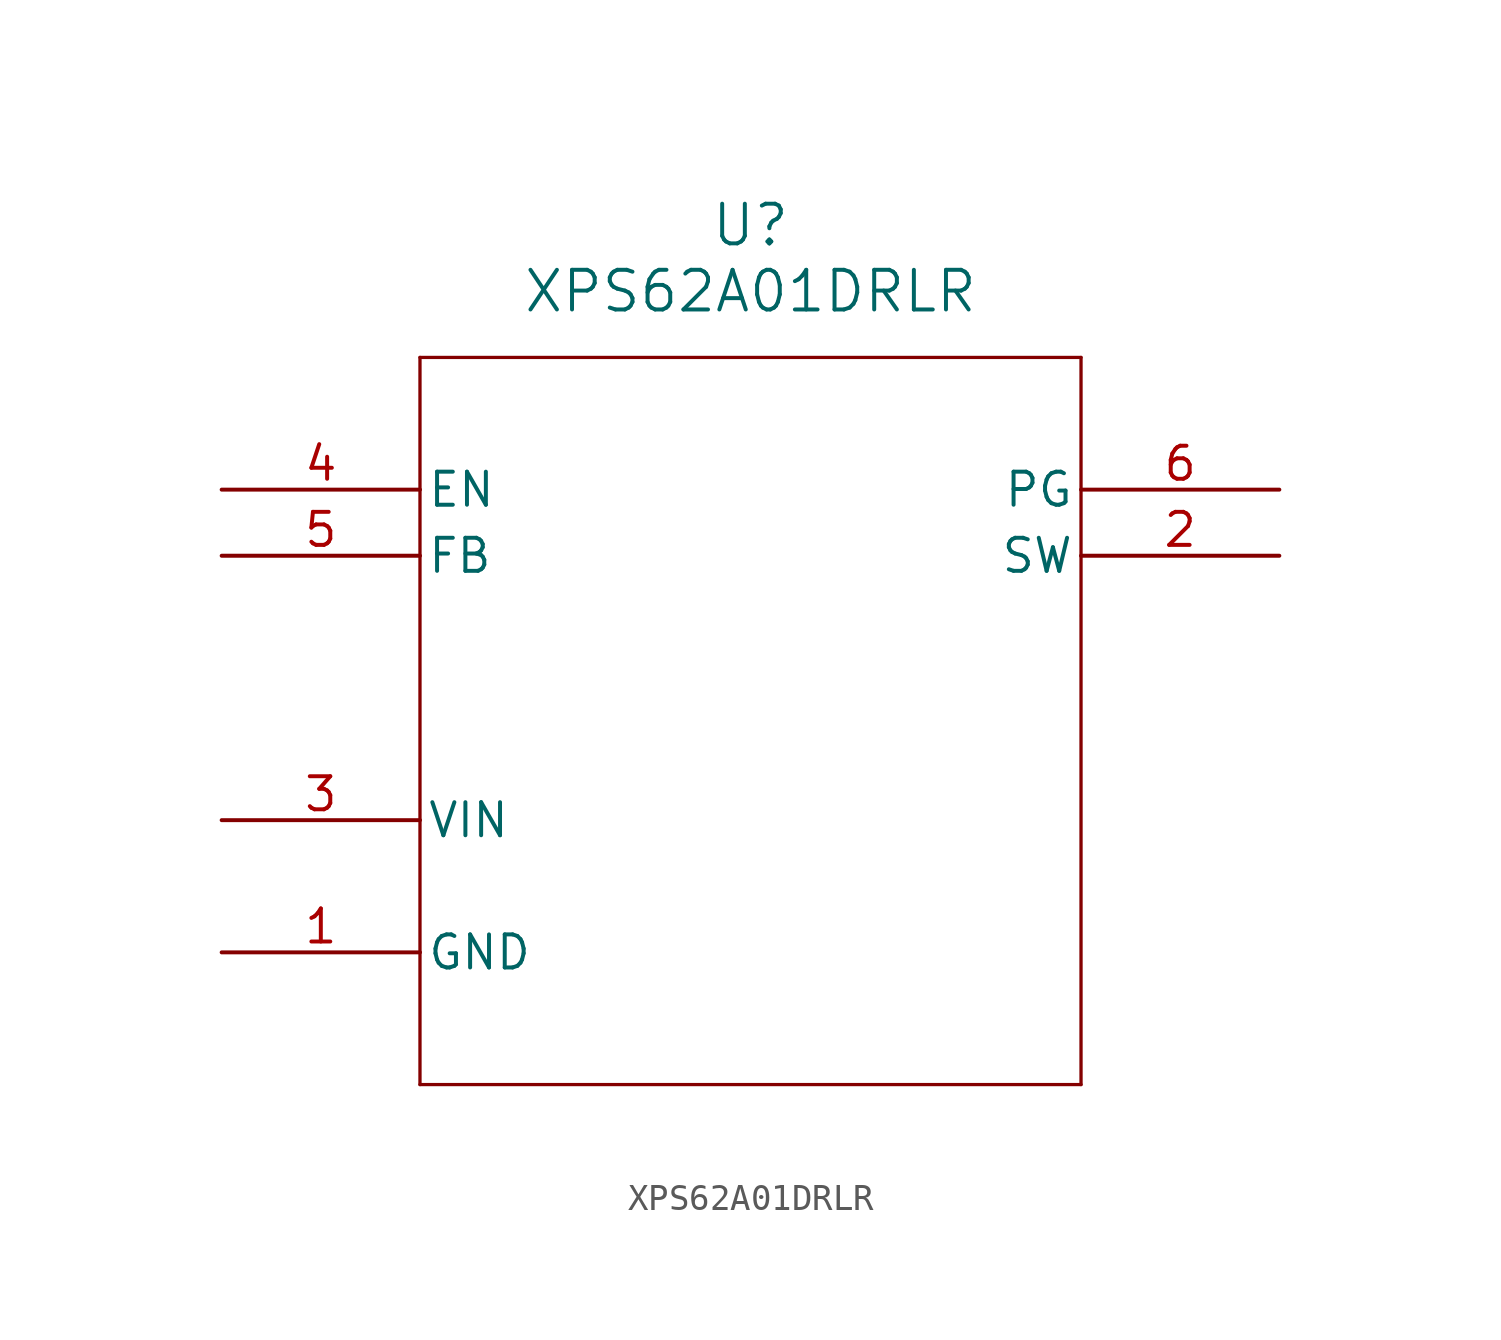
<source format=kicad_sym>
(kicad_symbol_lib
  (version 20211014)
  (generator kicad_symbol_editor)
  (symbol "XPS62A01DRLR"
    (pin_names
      (offset 0.254))
    (property "Reference" "U"
      (at 20.32 10.16 0)
      (effects (font (size 1.524 1.524))))
    (property "Value" "XPS62A01DRLR"
      (at 20.32 7.62 0)
      (effects (font (size 1.524 1.524))))
    (symbol "XPS62A01DRLR_0_1"
      (polyline (pts (xy 7.62 5.08) (xy 7.62 -22.86)) (stroke (width 0.127) (type default) (color 0 0 0 0)) (fill (type none)))
      (polyline (pts (xy 7.62 -22.86) (xy 33.02 -22.86)) (stroke (width 0.127) (type default) (color 0 0 0 0)) (fill (type none)))
      (polyline (pts (xy 33.02 -22.86) (xy 33.02 5.08)) (stroke (width 0.127) (type default) (color 0 0 0 0)) (fill (type none)))
      (polyline (pts (xy 33.02 5.08) (xy 7.62 5.08)) (stroke (width 0.127) (type default) (color 0 0 0 0)) (fill (type none)))
      (pin power_out line (at 0 -17.78 0) (length 7.62) (name "GND" (effects (font (size 1.27 1.27)))) (number "1" (effects (font (size 1.27 1.27)))))
      (pin output line (at 40.64 -2.54 180) (length 7.62) (name "SW" (effects (font (size 1.27 1.27)))) (number "2" (effects (font (size 1.27 1.27)))))
      (pin power_in line (at 0 -12.7 0) (length 7.62) (name "VIN" (effects (font (size 1.27 1.27)))) (number "3" (effects (font (size 1.27 1.27)))))
      (pin input line (at 0 0 0) (length 7.62) (name "EN" (effects (font (size 1.27 1.27)))) (number "4" (effects (font (size 1.27 1.27)))))
      (pin input line (at 0 -2.54 0) (length 7.62) (name "FB" (effects (font (size 1.27 1.27)))) (number "5" (effects (font (size 1.27 1.27)))))
      (pin output line (at 40.64 0 180) (length 7.62) (name "PG" (effects (font (size 1.27 1.27)))) (number "6" (effects (font (size 1.27 1.27))))))))
</source>
